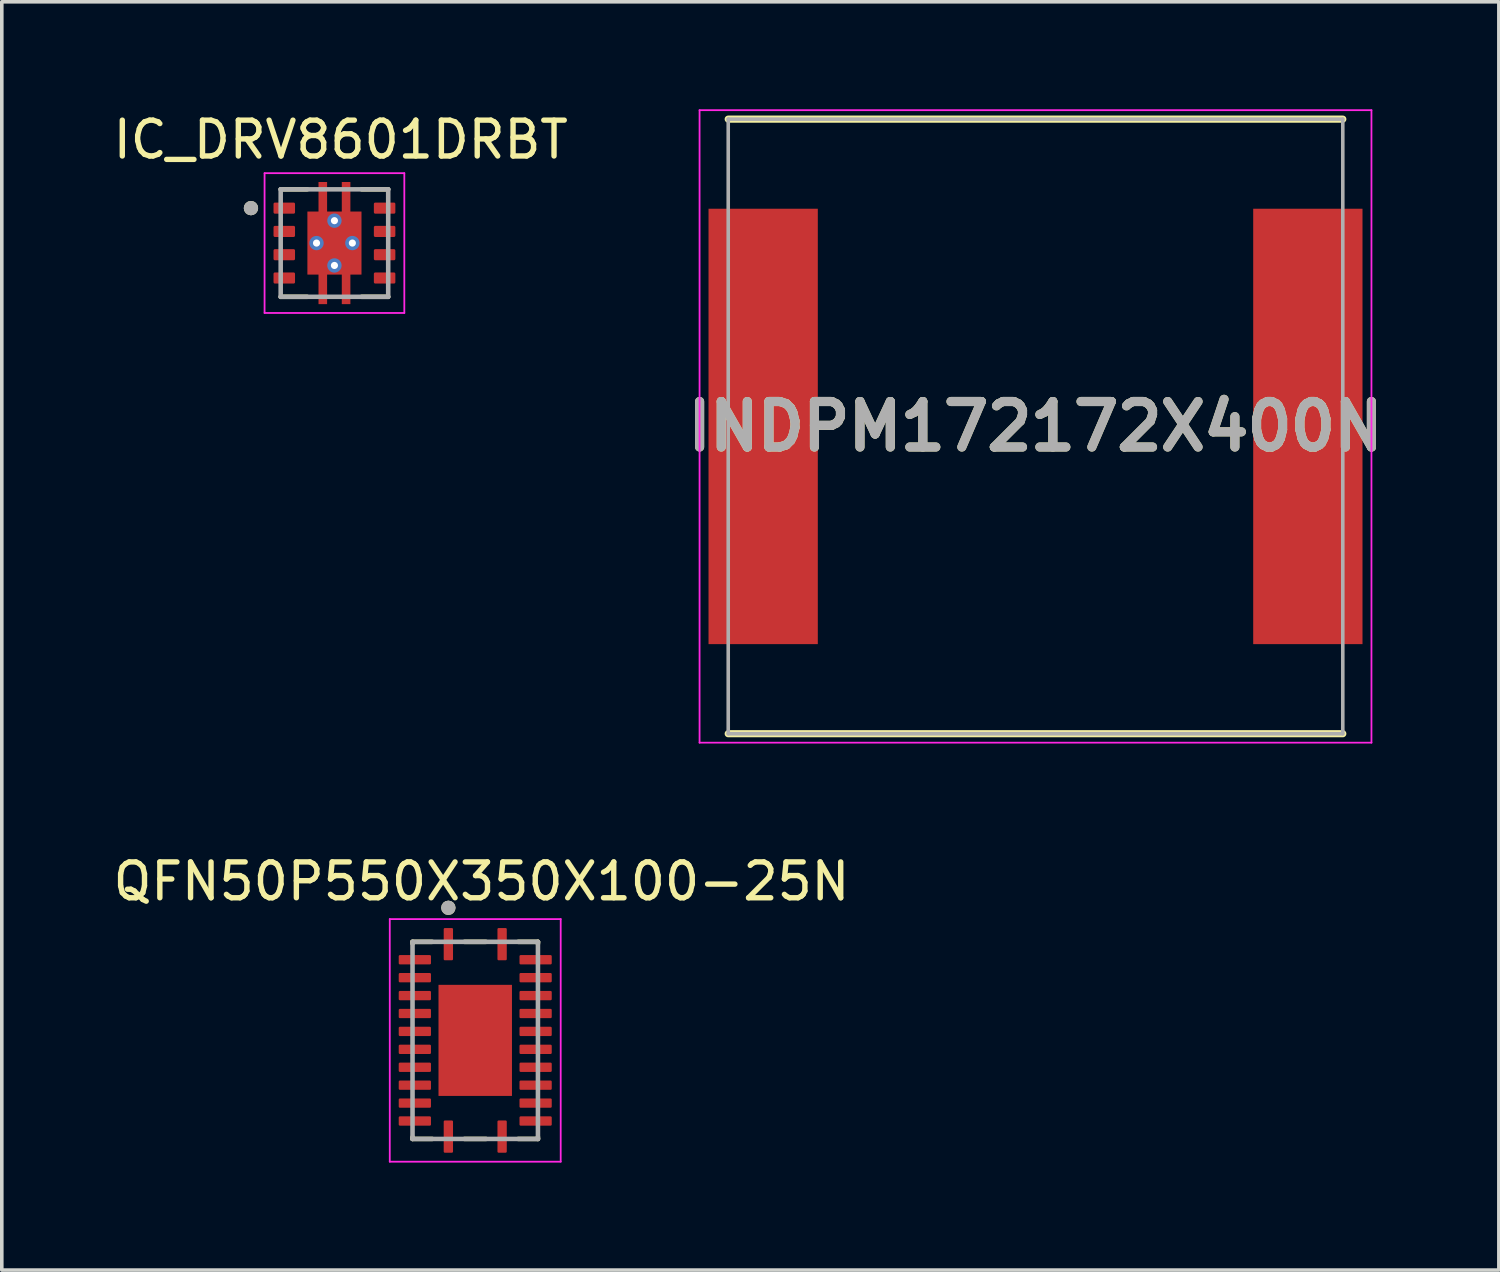
<source format=kicad_pcb>
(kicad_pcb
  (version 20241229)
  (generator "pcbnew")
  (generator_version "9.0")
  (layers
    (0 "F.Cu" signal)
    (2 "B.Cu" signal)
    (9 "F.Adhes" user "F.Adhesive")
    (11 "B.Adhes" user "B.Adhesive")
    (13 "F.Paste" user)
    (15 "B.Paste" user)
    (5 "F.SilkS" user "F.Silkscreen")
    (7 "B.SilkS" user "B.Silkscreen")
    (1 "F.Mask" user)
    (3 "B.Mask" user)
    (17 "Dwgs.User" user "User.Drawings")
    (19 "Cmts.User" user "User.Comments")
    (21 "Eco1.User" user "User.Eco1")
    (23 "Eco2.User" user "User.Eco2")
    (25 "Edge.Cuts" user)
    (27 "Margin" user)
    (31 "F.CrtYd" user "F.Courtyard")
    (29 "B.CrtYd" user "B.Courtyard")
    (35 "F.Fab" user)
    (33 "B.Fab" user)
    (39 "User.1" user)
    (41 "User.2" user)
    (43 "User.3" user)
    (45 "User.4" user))
  (footprint "IC_DRV8601DRBT"
    (layer "F.Cu")
    (at 6.283 3.733)
    (property "Reference" "IC_DRV8601DRBT" (at 0.175 -2.885 0) (layer "F.SilkS") (effects (font (size 1 1) (thickness 0.15))))
    (attr smd)
    (fp_poly (pts (xy -1.77 -1.2) (xy -1.03 -1.2) (xy -1.03 -0.75) (xy -1.77 -0.75)) (stroke (width 0.01) (type solid)) (fill yes) (layer "F.Mask"))
    (fp_poly (pts (xy -1.77 -0.55) (xy -1.03 -0.55) (xy -1.03 -0.1) (xy -1.77 -0.1)) (stroke (width 0.01) (type solid)) (fill yes) (layer "F.Mask"))
    (fp_poly (pts (xy -1.77 0.1) (xy -1.03 0.1) (xy -1.03 0.55) (xy -1.77 0.55)) (stroke (width 0.01) (type solid)) (fill yes) (layer "F.Mask"))
    (fp_poly (pts (xy -1.77 0.75) (xy -1.03 0.75) (xy -1.03 1.2) (xy -1.77 1.2)) (stroke (width 0.01) (type solid)) (fill yes) (layer "F.Mask"))
    (fp_poly (pts (xy 1.03 -1.2) (xy 1.77 -1.2) (xy 1.77 -0.75) (xy 1.03 -0.75)) (stroke (width 0.01) (type solid)) (fill yes) (layer "F.Mask"))
    (fp_poly (pts (xy 1.03 -0.55) (xy 1.77 -0.55) (xy 1.77 -0.1) (xy 1.03 -0.1)) (stroke (width 0.01) (type solid)) (fill yes) (layer "F.Mask"))
    (fp_poly (pts (xy 1.03 0.1) (xy 1.77 0.1) (xy 1.77 0.55) (xy 1.03 0.55)) (stroke (width 0.01) (type solid)) (fill yes) (layer "F.Mask"))
    (fp_poly (pts (xy 1.03 0.75) (xy 1.77 0.75) (xy 1.77 1.2) (xy 1.03 1.2)) (stroke (width 0.01) (type solid)) (fill yes) (layer "F.Mask"))
    (fp_poly (pts (xy -0.82 -0.945) (xy -0.51 -0.945) (xy -0.51 -1.77) (xy -0.14 -1.77) (xy -0.14 -0.945) (xy 0.14 -0.945) (xy 0.14 -1.77) (xy 0.51 -1.77) (xy 0.51 -0.945) (xy 0.82 -0.945) (xy 0.82 0.945) (xy 0.51 0.945) (xy 0.51 1.77) (xy 0.14 1.77) (xy 0.14 0.945) (xy -0.14 0.945) (xy -0.14 1.77) (xy -0.51 1.77) (xy -0.51 0.945) (xy -0.82 0.945)) (stroke (width 0.01) (type solid)) (fill yes) (layer "F.Mask"))
    (fp_line (start -1.5 -1.5) (end -0.76 -1.5) (stroke (width 0.127) (type solid)) (layer "F.SilkS"))
    (fp_line (start -1.5 1.5) (end -0.76 1.5) (stroke (width 0.127) (type solid)) (layer "F.SilkS"))
    (fp_line (start 0.76 -1.5) (end 1.5 -1.5) (stroke (width 0.127) (type solid)) (layer "F.SilkS"))
    (fp_line (start 0.76 1.5) (end 1.5 1.5) (stroke (width 0.127) (type solid)) (layer "F.SilkS"))
    (fp_circle (center -2.33 -0.975) (end -2.23 -0.975) (stroke (width 0.2) (type solid)) (fill no) (layer "F.SilkS"))
    (fp_poly (pts (xy -0.67 -0.775) (xy 0.67 -0.775) (xy 0.67 0.775) (xy -0.67 0.775)) (stroke (width 0.01) (type solid)) (fill yes) (layer "F.Paste"))
    (fp_poly (pts (xy -0.44 -1.7) (xy -0.21 -1.7) (xy -0.21 -0.975) (xy -0.44 -0.975)) (stroke (width 0.01) (type solid)) (fill yes) (layer "F.Paste"))
    (fp_poly (pts (xy -0.21 1.7) (xy -0.44 1.7) (xy -0.44 0.975) (xy -0.21 0.975)) (stroke (width 0.01) (type solid)) (fill yes) (layer "F.Paste"))
    (fp_poly (pts (xy 0.21 -1.7) (xy 0.44 -1.7) (xy 0.44 -0.975) (xy 0.21 -0.975)) (stroke (width 0.01) (type solid)) (fill yes) (layer "F.Paste"))
    (fp_poly (pts (xy 0.44 1.7) (xy 0.21 1.7) (xy 0.21 0.975) (xy 0.44 0.975)) (stroke (width 0.01) (type solid)) (fill yes) (layer "F.Paste"))
    (fp_line (start -1.95 -1.95) (end -1.95 1.95) (stroke (width 0.05) (type solid)) (layer "F.CrtYd"))
    (fp_line (start -1.95 -1.95) (end 1.95 -1.95) (stroke (width 0.05) (type solid)) (layer "F.CrtYd"))
    (fp_line (start -1.95 1.95) (end 1.95 1.95) (stroke (width 0.05) (type solid)) (layer "F.CrtYd"))
    (fp_line (start 1.95 -1.95) (end 1.95 1.95) (stroke (width 0.05) (type solid)) (layer "F.CrtYd"))
    (fp_line (start -1.5 -1.5) (end -1.5 1.5) (stroke (width 0.127) (type solid)) (layer "F.Fab"))
    (fp_line (start -1.5 -1.5) (end 1.5 -1.5) (stroke (width 0.127) (type solid)) (layer "F.Fab"))
    (fp_line (start -1.5 1.5) (end 1.5 1.5) (stroke (width 0.127) (type solid)) (layer "F.Fab"))
    (fp_line (start 1.5 -1.5) (end 1.5 1.5) (stroke (width 0.127) (type solid)) (layer "F.Fab"))
    (fp_circle (center -2.33 -0.975) (end -2.23 -0.975) (stroke (width 0.2) (type solid)) (fill no) (layer "F.Fab"))
    (pad "1" smd roundrect (at -1.4 -0.975) (size 0.6 0.31) (layers "F.Cu" "F.Paste") (roundrect_rratio 0.125))
    (pad "2" smd roundrect (at -1.4 -0.325) (size 0.6 0.31) (layers "F.Cu" "F.Paste") (roundrect_rratio 0.125))
    (pad "3" smd roundrect (at -1.4 0.325) (size 0.6 0.31) (layers "F.Cu" "F.Paste") (roundrect_rratio 0.125))
    (pad "4" smd roundrect (at -1.4 0.975) (size 0.6 0.31) (layers "F.Cu" "F.Paste") (roundrect_rratio 0.125))
    (pad "5" smd roundrect (at 1.4 0.975) (size 0.6 0.31) (layers "F.Cu" "F.Paste") (roundrect_rratio 0.125))
    (pad "6" smd roundrect (at 1.4 0.325) (size 0.6 0.31) (layers "F.Cu" "F.Paste") (roundrect_rratio 0.125))
    (pad "7" smd roundrect (at 1.4 -0.325) (size 0.6 0.31) (layers "F.Cu" "F.Paste") (roundrect_rratio 0.125))
    (pad "8" smd roundrect (at 1.4 -0.975) (size 0.6 0.31) (layers "F.Cu" "F.Paste") (roundrect_rratio 0.125))
    (pad "9" smd custom (at 0 0) (size 1.5 1.75) (layers "F.Cu") (options (anchor rect)) (primitives (gr_poly (pts (xy -0.75 -0.875) (xy -0.44 -0.875) (xy -0.44 -1.7) (xy -0.21 -1.7) (xy -0.21 -0.875) (xy 0.21 -0.875) (xy 0.21 -1.7) (xy 0.44 -1.7) (xy 0.44 -0.875) (xy 0.75 -0.875) (xy 0.75 0.875) (xy 0.44 0.875) (xy 0.44 1.7) (xy 0.21 1.7) (xy 0.21 0.875) (xy -0.21 0.875) (xy -0.21 1.7) (xy -0.44 1.7) (xy -0.44 0.875) (xy -0.75 0.875)) (width 0.01) (fill yes))))
    (pad "10" thru_hole circle (at 0 -0.625) (size 0.4 0.4) (drill 0.2) (layers "*.Cu"))
    (pad "11" thru_hole circle (at 0.5 0) (size 0.4 0.4) (drill 0.2) (layers "*.Cu"))
    (pad "12" thru_hole circle (at -0.5 0) (size 0.4 0.4) (drill 0.2) (layers "*.Cu"))
    (pad "13" thru_hole circle (at 0 0.625) (size 0.4 0.4) (drill 0.2) (layers "*.Cu")))
  (footprint "INDPM172172X400N"
    (layer "F.Cu")
    (at 25.847 8.85)
    (property "Reference" "INDPM172172X400N" (at 0 0 0) (layer "F.SilkS") (effects (font (size 1.27 1.27) (thickness 0.254))))
    (attr smd)
    (fp_line (start -8.575 8.575) (end 8.575 8.575) (stroke (width 0.2) (type solid)) (layer "F.SilkS"))
    (fp_line (start 8.575 -8.575) (end -8.575 -8.575) (stroke (width 0.2) (type solid)) (layer "F.SilkS"))
    (fp_line (start -9.375 -8.825) (end 9.375 -8.825) (stroke (width 0.05) (type solid)) (layer "F.CrtYd"))
    (fp_line (start -9.375 8.825) (end -9.375 -8.825) (stroke (width 0.05) (type solid)) (layer "F.CrtYd"))
    (fp_line (start 9.375 -8.825) (end 9.375 8.825) (stroke (width 0.05) (type solid)) (layer "F.CrtYd"))
    (fp_line (start 9.375 8.825) (end -9.375 8.825) (stroke (width 0.05) (type solid)) (layer "F.CrtYd"))
    (fp_line (start -8.575 -8.575) (end 8.575 -8.575) (stroke (width 0.1) (type solid)) (layer "F.Fab"))
    (fp_line (start -8.575 8.575) (end -8.575 -8.575) (stroke (width 0.1) (type solid)) (layer "F.Fab"))
    (fp_line (start 8.575 -8.575) (end 8.575 8.575) (stroke (width 0.1) (type solid)) (layer "F.Fab"))
    (fp_line (start 8.575 8.575) (end -8.575 8.575) (stroke (width 0.1) (type solid)) (layer "F.Fab"))
    (fp_text user "${REFERENCE}" (at 0 0 0) (layer "F.Fab") (effects (font (size 1.27 1.27) (thickness 0.254))))
    (pad "1" smd rect (at -7.6 0) (size 3.05 12.15) (layers "F.Cu" "F.Mask" "F.Paste"))
    (pad "2" smd rect (at 7.6 0) (size 3.05 12.15) (layers "F.Cu" "F.Mask" "F.Paste")))
  (footprint "QFN50P550X350X100-25N"
    (layer "F.Cu")
    (at 10.212 25.983)
    (property "Reference" "QFN50P550X350X100-25N" (at 0.175 -4.435 0) (layer "F.SilkS") (effects (font (size 1 1) (thickness 0.15))))
    (attr smd)
    (fp_line (start -1.75 -2.75) (end -1.75 -2.7) (stroke (width 0.127) (type solid)) (layer "F.SilkS"))
    (fp_line (start -1.75 -2.75) (end -1.2 -2.75) (stroke (width 0.127) (type solid)) (layer "F.SilkS"))
    (fp_line (start -1.75 2.75) (end -1.75 2.7) (stroke (width 0.127) (type solid)) (layer "F.SilkS"))
    (fp_line (start -1.75 2.75) (end -1.2 2.75) (stroke (width 0.127) (type solid)) (layer "F.SilkS"))
    (fp_line (start -0.3 -2.75) (end 0.3 -2.75) (stroke (width 0.127) (type solid)) (layer "F.SilkS"))
    (fp_line (start -0.3 2.75) (end 0.3 2.75) (stroke (width 0.127) (type solid)) (layer "F.SilkS"))
    (fp_line (start 1.75 -2.75) (end 1.2 -2.75) (stroke (width 0.127) (type solid)) (layer "F.SilkS"))
    (fp_line (start 1.75 -2.75) (end 1.75 -2.7) (stroke (width 0.127) (type solid)) (layer "F.SilkS"))
    (fp_line (start 1.75 2.75) (end 1.2 2.75) (stroke (width 0.127) (type solid)) (layer "F.SilkS"))
    (fp_line (start 1.75 2.75) (end 1.75 2.7) (stroke (width 0.127) (type solid)) (layer "F.SilkS"))
    (fp_circle (center -0.75 -3.7) (end -0.65 -3.7) (stroke (width 0.2) (type solid)) (fill no) (layer "F.SilkS"))
    (fp_poly (pts (xy -0.65 -0.98) (xy 0.65 -0.98) (xy 0.65 0.98) (xy -0.65 0.98)) (stroke (width 0.01) (type solid)) (fill yes) (layer "F.Paste"))
    (fp_line (start -2.385 -3.385) (end 2.385 -3.385) (stroke (width 0.05) (type solid)) (layer "F.CrtYd"))
    (fp_line (start -2.385 3.385) (end -2.385 -3.385) (stroke (width 0.05) (type solid)) (layer "F.CrtYd"))
    (fp_line (start -2.385 3.385) (end 2.385 3.385) (stroke (width 0.05) (type solid)) (layer "F.CrtYd"))
    (fp_line (start 2.385 3.385) (end 2.385 -3.385) (stroke (width 0.05) (type solid)) (layer "F.CrtYd"))
    (fp_line (start -1.75 2.75) (end -1.75 -2.75) (stroke (width 0.127) (type solid)) (layer "F.Fab"))
    (fp_line (start 1.75 -2.75) (end -1.75 -2.75) (stroke (width 0.127) (type solid)) (layer "F.Fab"))
    (fp_line (start 1.75 2.75) (end -1.75 2.75) (stroke (width 0.127) (type solid)) (layer "F.Fab"))
    (fp_line (start 1.75 2.75) (end 1.75 -2.75) (stroke (width 0.127) (type solid)) (layer "F.Fab"))
    (fp_circle (center -0.75 -3.7) (end -0.65 -3.7) (stroke (width 0.2) (type solid)) (fill no) (layer "F.Fab"))
    (pad "1" smd roundrect (at -0.75 -2.685 90) (size 0.9 0.26) (layers "F.Cu" "F.Mask" "F.Paste") (roundrect_rratio 0.125))
    (pad "2" smd roundrect (at -1.685 -2.25) (size 0.9 0.26) (layers "F.Cu" "F.Mask" "F.Paste") (roundrect_rratio 0.125))
    (pad "3" smd roundrect (at -1.685 -1.75) (size 0.9 0.26) (layers "F.Cu" "F.Mask" "F.Paste") (roundrect_rratio 0.125))
    (pad "4" smd roundrect (at -1.685 -1.25) (size 0.9 0.26) (layers "F.Cu" "F.Mask" "F.Paste") (roundrect_rratio 0.125))
    (pad "5" smd roundrect (at -1.685 -0.75) (size 0.9 0.26) (layers "F.Cu" "F.Mask" "F.Paste") (roundrect_rratio 0.125))
    (pad "6" smd roundrect (at -1.685 -0.25) (size 0.9 0.26) (layers "F.Cu" "F.Mask" "F.Paste") (roundrect_rratio 0.125))
    (pad "7" smd roundrect (at -1.685 0.25) (size 0.9 0.26) (layers "F.Cu" "F.Mask" "F.Paste") (roundrect_rratio 0.125))
    (pad "8" smd roundrect (at -1.685 0.75) (size 0.9 0.26) (layers "F.Cu" "F.Mask" "F.Paste") (roundrect_rratio 0.125))
    (pad "9" smd roundrect (at -1.685 1.25) (size 0.9 0.26) (layers "F.Cu" "F.Mask" "F.Paste") (roundrect_rratio 0.125))
    (pad "10" smd roundrect (at -1.685 1.75) (size 0.9 0.26) (layers "F.Cu" "F.Mask" "F.Paste") (roundrect_rratio 0.125))
    (pad "11" smd roundrect (at -1.685 2.25) (size 0.9 0.26) (layers "F.Cu" "F.Mask" "F.Paste") (roundrect_rratio 0.125))
    (pad "12" smd roundrect (at -0.75 2.685 90) (size 0.9 0.26) (layers "F.Cu" "F.Mask" "F.Paste") (roundrect_rratio 0.125))
    (pad "13" smd roundrect (at 0.75 2.685 90) (size 0.9 0.26) (layers "F.Cu" "F.Mask" "F.Paste") (roundrect_rratio 0.125))
    (pad "14" smd roundrect (at 1.685 2.25) (size 0.9 0.26) (layers "F.Cu" "F.Mask" "F.Paste") (roundrect_rratio 0.125))
    (pad "15" smd roundrect (at 1.685 1.75) (size 0.9 0.26) (layers "F.Cu" "F.Mask" "F.Paste") (roundrect_rratio 0.125))
    (pad "16" smd roundrect (at 1.685 1.25) (size 0.9 0.26) (layers "F.Cu" "F.Mask" "F.Paste") (roundrect_rratio 0.125))
    (pad "17" smd roundrect (at 1.685 0.75) (size 0.9 0.26) (layers "F.Cu" "F.Mask" "F.Paste") (roundrect_rratio 0.125))
    (pad "18" smd roundrect (at 1.685 0.25) (size 0.9 0.26) (layers "F.Cu" "F.Mask" "F.Paste") (roundrect_rratio 0.125))
    (pad "19" smd roundrect (at 1.685 -0.25) (size 0.9 0.26) (layers "F.Cu" "F.Mask" "F.Paste") (roundrect_rratio 0.125))
    (pad "20" smd roundrect (at 1.685 -0.75) (size 0.9 0.26) (layers "F.Cu" "F.Mask" "F.Paste") (roundrect_rratio 0.125))
    (pad "21" smd roundrect (at 1.685 -1.25) (size 0.9 0.26) (layers "F.Cu" "F.Mask" "F.Paste") (roundrect_rratio 0.125))
    (pad "22" smd roundrect (at 1.685 -1.75) (size 0.9 0.26) (layers "F.Cu" "F.Mask" "F.Paste") (roundrect_rratio 0.125))
    (pad "23" smd roundrect (at 1.685 -2.25) (size 0.9 0.26) (layers "F.Cu" "F.Mask" "F.Paste") (roundrect_rratio 0.125))
    (pad "24" smd roundrect (at 0.75 -2.685 90) (size 0.9 0.26) (layers "F.Cu" "F.Mask" "F.Paste") (roundrect_rratio 0.125))
    (pad "25" smd rect (at 0 0) (size 2.05 3.1) (layers "F.Cu" "F.Mask")))
  (gr_rect
    (start -3 -3)
    (end 38.777 32.393)
    (stroke (width 0.1) (type default))
    (fill no)
    (layer "Edge.Cuts")))
</source>
